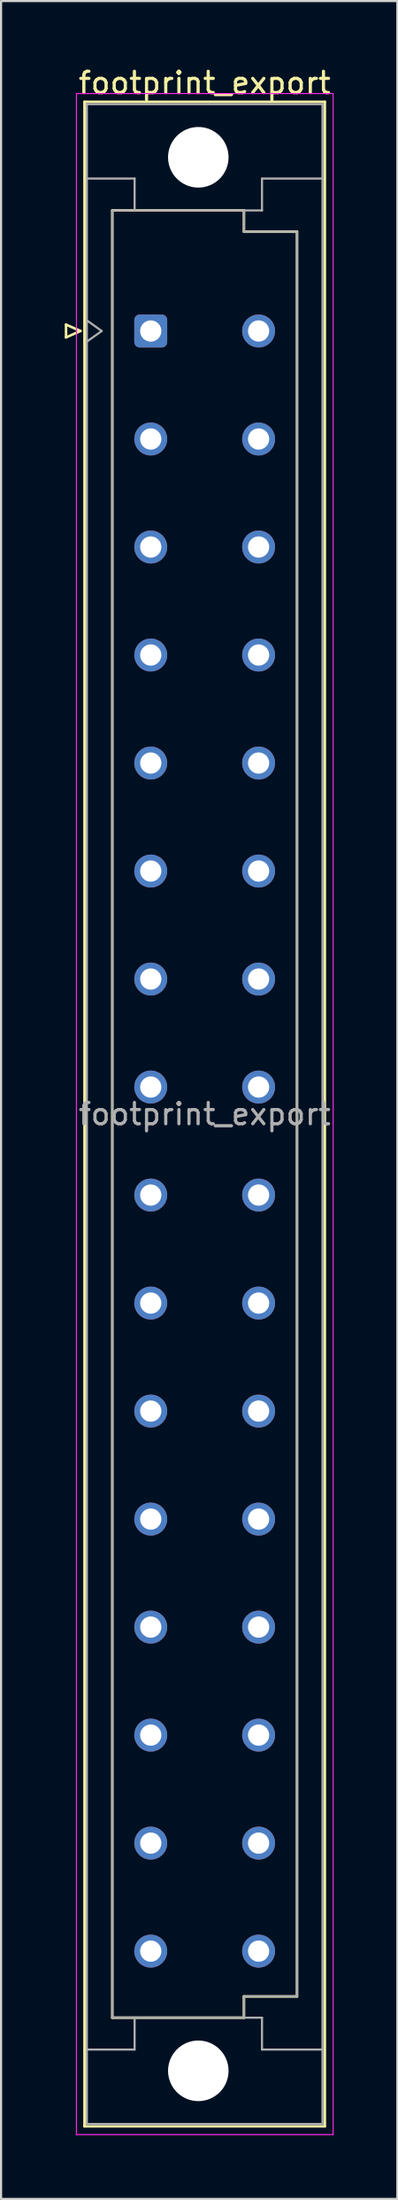
<source format=kicad_pcb>
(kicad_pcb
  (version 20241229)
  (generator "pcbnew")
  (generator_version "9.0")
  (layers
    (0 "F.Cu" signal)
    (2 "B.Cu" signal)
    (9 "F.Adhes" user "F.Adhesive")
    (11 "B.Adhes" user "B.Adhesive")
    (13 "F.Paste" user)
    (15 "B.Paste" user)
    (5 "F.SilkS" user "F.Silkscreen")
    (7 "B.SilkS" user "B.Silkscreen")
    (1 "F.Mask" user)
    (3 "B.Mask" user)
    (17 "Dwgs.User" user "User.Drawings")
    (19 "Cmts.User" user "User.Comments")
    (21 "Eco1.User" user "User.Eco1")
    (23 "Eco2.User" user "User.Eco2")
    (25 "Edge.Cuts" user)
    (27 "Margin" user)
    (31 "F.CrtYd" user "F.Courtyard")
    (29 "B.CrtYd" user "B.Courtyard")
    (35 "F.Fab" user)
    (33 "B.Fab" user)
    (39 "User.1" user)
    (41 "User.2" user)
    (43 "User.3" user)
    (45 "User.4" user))
  (footprint "footprint_export"
    (layer "F.Cu")
    (at 4.05 9.978)
    (property "Reference" "footprint_export" (at 2.54 -9.13 0) (layer "F.SilkS") (effects (font (size 1 1) (thickness 0.15))))
    (attr through_hole)
    (fp_line (start -3.99 2.24) (end -3.99 2.84) (stroke (width 0.12) (type solid)) (layer "F.SilkS"))
    (fp_line (start -3.99 2.84) (end -3.31 2.54) (stroke (width 0.12) (type solid)) (layer "F.SilkS"))
    (fp_line (start -3.31 2.54) (end -3.99 2.24) (stroke (width 0.12) (type solid)) (layer "F.SilkS"))
    (fp_line (start -3.12 -8.24) (end 8.2 -8.24) (stroke (width 0.12) (type solid)) (layer "F.SilkS"))
    (fp_line (start -3.12 86.98) (end -3.12 -8.24) (stroke (width 0.12) (type solid)) (layer "F.SilkS"))
    (fp_line (start -1.81 -3.131) (end 4.39 -3.131) (stroke (width 0.12) (type solid)) (layer "F.SilkS"))
    (fp_line (start -1.81 81.87) (end -1.81 -3.131) (stroke (width 0.12) (type solid)) (layer "F.SilkS"))
    (fp_line (start 4.39 -3.131) (end 4.39 -2.131) (stroke (width 0.12) (type solid)) (layer "F.SilkS"))
    (fp_line (start 4.39 -2.131) (end 6.89 -2.131) (stroke (width 0.12) (type solid)) (layer "F.SilkS"))
    (fp_line (start 4.39 80.87) (end 4.39 81.87) (stroke (width 0.12) (type solid)) (layer "F.SilkS"))
    (fp_line (start 4.39 81.87) (end -1.81 81.87) (stroke (width 0.12) (type solid)) (layer "F.SilkS"))
    (fp_line (start 6.89 -2.131) (end 6.89 80.87) (stroke (width 0.12) (type solid)) (layer "F.SilkS"))
    (fp_line (start 6.89 80.87) (end 4.39 80.87) (stroke (width 0.12) (type solid)) (layer "F.SilkS"))
    (fp_line (start 8.2 -8.24) (end 8.2 86.98) (stroke (width 0.12) (type solid)) (layer "F.SilkS"))
    (fp_line (start 8.2 86.98) (end -3.12 86.98) (stroke (width 0.12) (type solid)) (layer "F.SilkS"))
    (fp_line (start -3.5 -8.63) (end 8.59 -8.63) (stroke (width 0.05) (type solid)) (layer "F.CrtYd"))
    (fp_line (start -3.5 87.37) (end -3.5 -8.63) (stroke (width 0.05) (type solid)) (layer "F.CrtYd"))
    (fp_line (start 8.59 -8.63) (end 8.59 87.37) (stroke (width 0.05) (type solid)) (layer "F.CrtYd"))
    (fp_line (start 8.59 87.37) (end -3.5 87.37) (stroke (width 0.05) (type solid)) (layer "F.CrtYd"))
    (fp_line (start -3.01 -8.13) (end 8.09 -8.13) (stroke (width 0.1) (type solid)) (layer "F.Fab"))
    (fp_line (start -3.01 -4.63) (end -0.76 -4.63) (stroke (width 0.1) (type solid)) (layer "F.Fab"))
    (fp_line (start -3.01 2.04) (end -2.31 2.54) (stroke (width 0.1) (type solid)) (layer "F.Fab"))
    (fp_line (start -3.01 83.37) (end -0.76 83.37) (stroke (width 0.1) (type solid)) (layer "F.Fab"))
    (fp_line (start -3.01 86.87) (end -3.01 -8.13) (stroke (width 0.1) (type solid)) (layer "F.Fab"))
    (fp_line (start -2.31 2.54) (end -3.01 3.04) (stroke (width 0.1) (type solid)) (layer "F.Fab"))
    (fp_line (start -1.81 -3.13) (end 4.39 -3.13) (stroke (width 0.1) (type solid)) (layer "F.Fab"))
    (fp_line (start -1.81 81.87) (end -1.81 -3.13) (stroke (width 0.1) (type solid)) (layer "F.Fab"))
    (fp_line (start -0.76 -4.63) (end -0.76 -3.13) (stroke (width 0.1) (type solid)) (layer "F.Fab"))
    (fp_line (start -0.76 83.37) (end -0.76 81.87) (stroke (width 0.1) (type solid)) (layer "F.Fab"))
    (fp_line (start 4.39 -3.13) (end 4.39 -2.13) (stroke (width 0.1) (type solid)) (layer "F.Fab"))
    (fp_line (start 4.39 -3.13) (end 5.24 -3.13) (stroke (width 0.1) (type solid)) (layer "F.Fab"))
    (fp_line (start 4.39 -2.13) (end 6.89 -2.13) (stroke (width 0.1) (type solid)) (layer "F.Fab"))
    (fp_line (start 4.39 80.87) (end 4.39 81.87) (stroke (width 0.1) (type solid)) (layer "F.Fab"))
    (fp_line (start 4.39 81.87) (end -1.81 81.87) (stroke (width 0.1) (type solid)) (layer "F.Fab"))
    (fp_line (start 4.39 81.87) (end 5.24 81.87) (stroke (width 0.1) (type solid)) (layer "F.Fab"))
    (fp_line (start 5.24 -4.63) (end 8.09 -4.63) (stroke (width 0.1) (type solid)) (layer "F.Fab"))
    (fp_line (start 5.24 -3.13) (end 5.24 -4.63) (stroke (width 0.1) (type solid)) (layer "F.Fab"))
    (fp_line (start 5.24 81.87) (end 5.24 83.37) (stroke (width 0.1) (type solid)) (layer "F.Fab"))
    (fp_line (start 5.24 83.37) (end 8.09 83.37) (stroke (width 0.1) (type solid)) (layer "F.Fab"))
    (fp_line (start 6.89 -2.13) (end 6.89 80.87) (stroke (width 0.1) (type solid)) (layer "F.Fab"))
    (fp_line (start 6.89 80.87) (end 4.39 80.87) (stroke (width 0.1) (type solid)) (layer "F.Fab"))
    (fp_line (start 8.09 -8.13) (end 8.09 86.87) (stroke (width 0.1) (type solid)) (layer "F.Fab"))
    (fp_line (start 8.09 86.87) (end -3.01 86.87) (stroke (width 0.1) (type solid)) (layer "F.Fab"))
    (fp_text user "${REFERENCE}" (at 2.54 39.37 0) (layer "F.Fab") (effects (font (size 1 1) (thickness 0.15))))
    (pad "" np_thru_hole circle (at 2.24 -5.63) (size 2.85 2.85) (drill 2.85) (layers "*.Cu" "*.Mask"))
    (pad "" np_thru_hole circle (at 2.24 84.37) (size 2.85 2.85) (drill 2.85) (layers "*.Cu" "*.Mask"))
    (pad "a2" thru_hole roundrect (at 0 2.54) (size 1.55 1.55) (drill 1) (layers "*.Cu" "*.Mask") (roundrect_rratio 0.161))
    (pad "a4" thru_hole circle (at 0 7.62) (size 1.55 1.55) (drill 1) (layers "*.Cu" "*.Mask"))
    (pad "a6" thru_hole circle (at 0 12.7) (size 1.55 1.55) (drill 1) (layers "*.Cu" "*.Mask"))
    (pad "a8" thru_hole circle (at 0 17.78) (size 1.55 1.55) (drill 1) (layers "*.Cu" "*.Mask"))
    (pad "a10" thru_hole circle (at 0 22.86) (size 1.55 1.55) (drill 1) (layers "*.Cu" "*.Mask"))
    (pad "a12" thru_hole circle (at 0 27.94) (size 1.55 1.55) (drill 1) (layers "*.Cu" "*.Mask"))
    (pad "a14" thru_hole circle (at 0 33.02) (size 1.55 1.55) (drill 1) (layers "*.Cu" "*.Mask"))
    (pad "a16" thru_hole circle (at 0 38.1) (size 1.55 1.55) (drill 1) (layers "*.Cu" "*.Mask"))
    (pad "a18" thru_hole circle (at 0 43.18) (size 1.55 1.55) (drill 1) (layers "*.Cu" "*.Mask"))
    (pad "a20" thru_hole circle (at 0 48.26) (size 1.55 1.55) (drill 1) (layers "*.Cu" "*.Mask"))
    (pad "a22" thru_hole circle (at 0 53.34) (size 1.55 1.55) (drill 1) (layers "*.Cu" "*.Mask"))
    (pad "a24" thru_hole circle (at 0 58.42) (size 1.55 1.55) (drill 1) (layers "*.Cu" "*.Mask"))
    (pad "a26" thru_hole circle (at 0 63.5) (size 1.55 1.55) (drill 1) (layers "*.Cu" "*.Mask"))
    (pad "a28" thru_hole circle (at 0 68.58) (size 1.55 1.55) (drill 1) (layers "*.Cu" "*.Mask"))
    (pad "a30" thru_hole circle (at 0 73.66) (size 1.55 1.55) (drill 1) (layers "*.Cu" "*.Mask"))
    (pad "a32" thru_hole circle (at 0 78.74) (size 1.55 1.55) (drill 1) (layers "*.Cu" "*.Mask"))
    (pad "c2" thru_hole circle (at 5.08 2.54) (size 1.55 1.55) (drill 1) (layers "*.Cu" "*.Mask"))
    (pad "c4" thru_hole circle (at 5.08 7.62) (size 1.55 1.55) (drill 1) (layers "*.Cu" "*.Mask"))
    (pad "c6" thru_hole circle (at 5.08 12.7) (size 1.55 1.55) (drill 1) (layers "*.Cu" "*.Mask"))
    (pad "c8" thru_hole circle (at 5.08 17.78) (size 1.55 1.55) (drill 1) (layers "*.Cu" "*.Mask"))
    (pad "c10" thru_hole circle (at 5.08 22.86) (size 1.55 1.55) (drill 1) (layers "*.Cu" "*.Mask"))
    (pad "c12" thru_hole circle (at 5.08 27.94) (size 1.55 1.55) (drill 1) (layers "*.Cu" "*.Mask"))
    (pad "c14" thru_hole circle (at 5.08 33.02) (size 1.55 1.55) (drill 1) (layers "*.Cu" "*.Mask"))
    (pad "c16" thru_hole circle (at 5.08 38.1) (size 1.55 1.55) (drill 1) (layers "*.Cu" "*.Mask"))
    (pad "c18" thru_hole circle (at 5.08 43.18) (size 1.55 1.55) (drill 1) (layers "*.Cu" "*.Mask"))
    (pad "c20" thru_hole circle (at 5.08 48.26) (size 1.55 1.55) (drill 1) (layers "*.Cu" "*.Mask"))
    (pad "c22" thru_hole circle (at 5.08 53.34) (size 1.55 1.55) (drill 1) (layers "*.Cu" "*.Mask"))
    (pad "c24" thru_hole circle (at 5.08 58.42) (size 1.55 1.55) (drill 1) (layers "*.Cu" "*.Mask"))
    (pad "c26" thru_hole circle (at 5.08 63.5) (size 1.55 1.55) (drill 1) (layers "*.Cu" "*.Mask"))
    (pad "c28" thru_hole circle (at 5.08 68.58) (size 1.55 1.55) (drill 1) (layers "*.Cu" "*.Mask"))
    (pad "c30" thru_hole circle (at 5.08 73.66) (size 1.55 1.55) (drill 1) (layers "*.Cu" "*.Mask"))
    (pad "c32" thru_hole circle (at 5.08 78.74) (size 1.55 1.55) (drill 1) (layers "*.Cu" "*.Mask")))
  (gr_rect
    (start -3 -3)
    (end 15.665 100.373)
    (stroke (width 0.1) (type default))
    (fill no)
    (layer "Edge.Cuts")))
</source>
